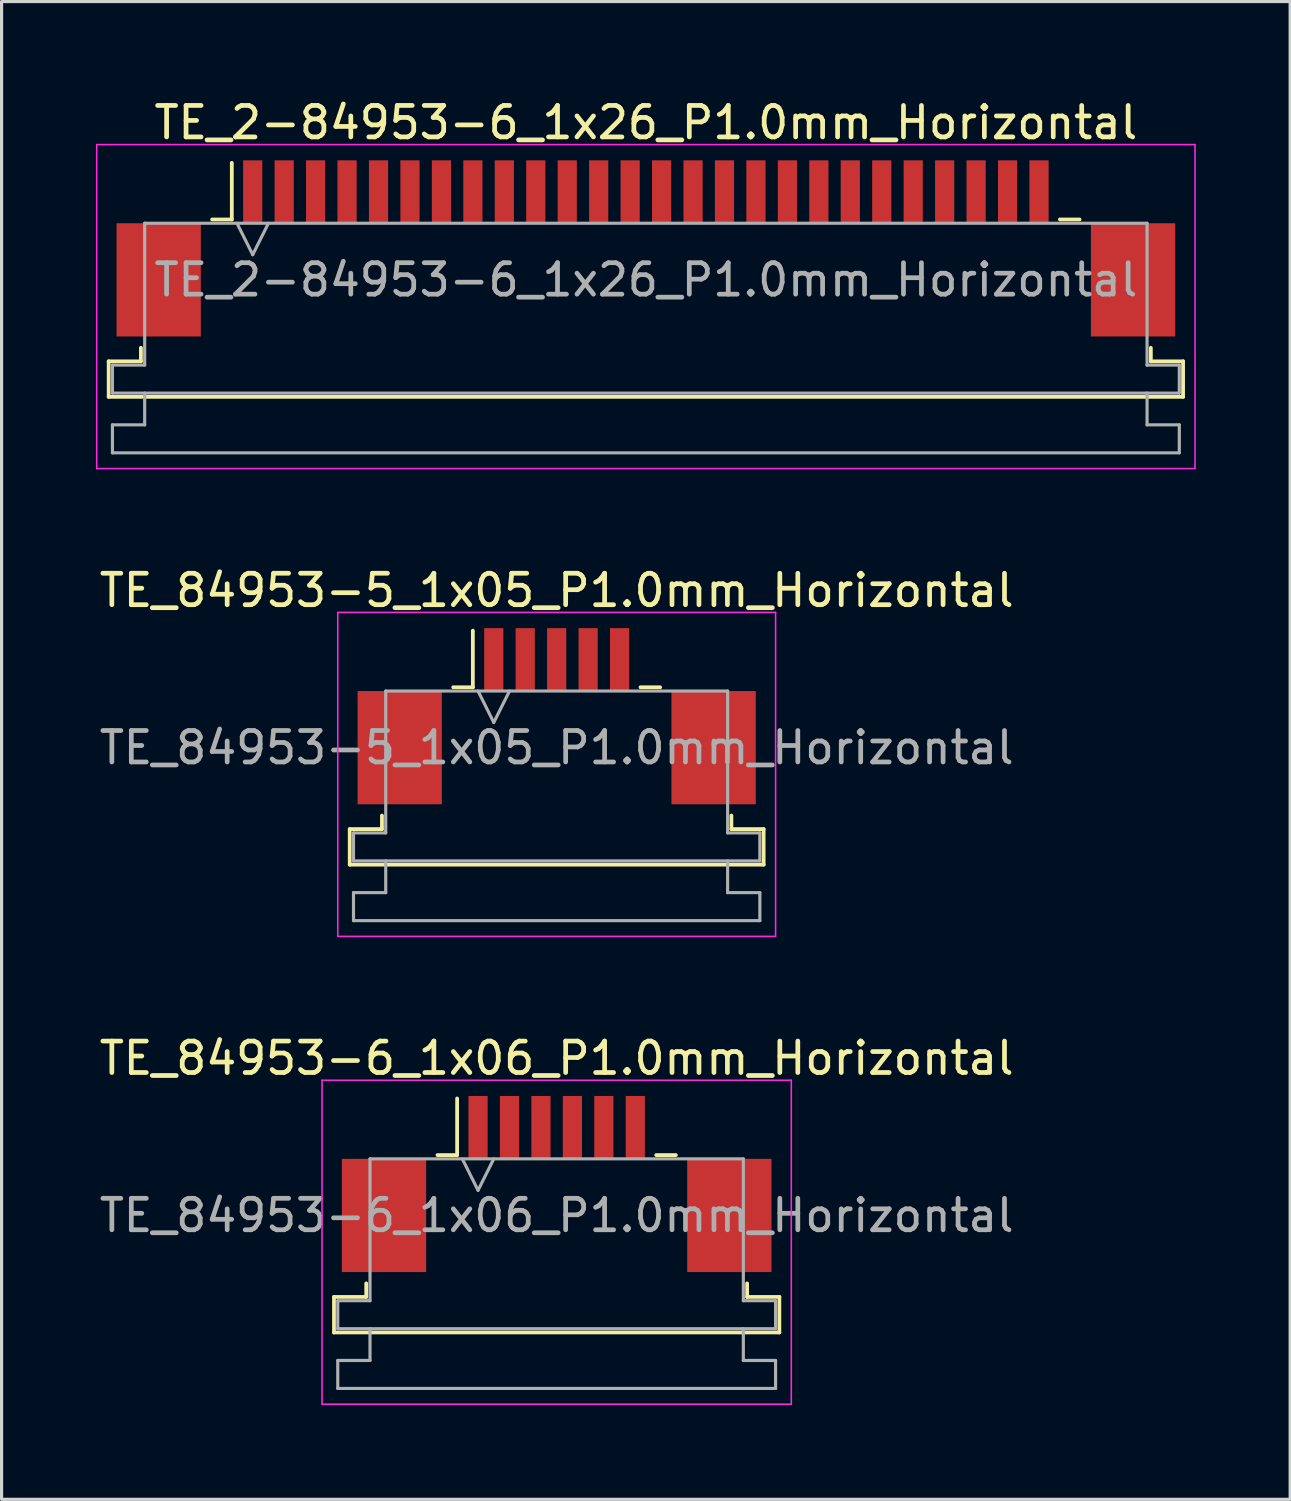
<source format=kicad_pcb>
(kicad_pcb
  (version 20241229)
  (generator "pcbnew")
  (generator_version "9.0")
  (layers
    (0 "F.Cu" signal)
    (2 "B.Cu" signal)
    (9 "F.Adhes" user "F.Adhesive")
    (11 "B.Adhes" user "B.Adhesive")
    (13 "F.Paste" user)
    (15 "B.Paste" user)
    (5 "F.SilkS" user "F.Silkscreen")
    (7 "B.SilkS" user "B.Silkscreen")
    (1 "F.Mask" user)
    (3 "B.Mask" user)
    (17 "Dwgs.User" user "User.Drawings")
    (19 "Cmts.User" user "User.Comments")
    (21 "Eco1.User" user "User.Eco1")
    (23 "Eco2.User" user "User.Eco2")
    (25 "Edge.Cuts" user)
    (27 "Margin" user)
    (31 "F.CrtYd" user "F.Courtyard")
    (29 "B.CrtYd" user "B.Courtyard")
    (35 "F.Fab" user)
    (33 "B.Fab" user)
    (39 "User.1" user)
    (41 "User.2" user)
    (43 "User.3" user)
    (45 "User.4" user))
  (footprint "TE_84953-5_1x05_P1.0mm_Horizontal"
    (layer "F.Cu")
    (at 14.649 19.721)
    (property "Reference" "TE_84953-5_1x05_P1.0mm_Horizontal" (at 0 -4 0) (layer "F.SilkS") (effects (font (size 1 1) (thickness 0.15))))
    (attr smd)
    (fp_line (start -6.58 3.59) (end -5.555 3.59) (stroke (width 0.12) (type solid)) (layer "F.SilkS"))
    (fp_line (start -6.58 4.72) (end -6.58 3.59) (stroke (width 0.12) (type solid)) (layer "F.SilkS"))
    (fp_line (start -5.555 3.59) (end -5.555 3.16) (stroke (width 0.12) (type solid)) (layer "F.SilkS"))
    (fp_line (start -3.29 -0.92) (end -2.665 -0.92) (stroke (width 0.12) (type solid)) (layer "F.SilkS"))
    (fp_line (start -2.665 -0.92) (end -2.665 -2.72) (stroke (width 0.12) (type solid)) (layer "F.SilkS"))
    (fp_line (start 2.665 -0.92) (end 3.29 -0.92) (stroke (width 0.12) (type solid)) (layer "F.SilkS"))
    (fp_line (start 5.555 3.16) (end 5.555 3.59) (stroke (width 0.12) (type solid)) (layer "F.SilkS"))
    (fp_line (start 5.555 3.59) (end 6.58 3.59) (stroke (width 0.12) (type solid)) (layer "F.SilkS"))
    (fp_line (start 6.58 3.59) (end 6.58 4.72) (stroke (width 0.12) (type solid)) (layer "F.SilkS"))
    (fp_line (start 6.58 4.72) (end -6.58 4.72) (stroke (width 0.12) (type solid)) (layer "F.SilkS"))
    (fp_line (start -6.96 -3.3) (end -6.96 7) (stroke (width 0.05) (type solid)) (layer "F.CrtYd"))
    (fp_line (start -6.96 7) (end 6.96 7) (stroke (width 0.05) (type solid)) (layer "F.CrtYd"))
    (fp_line (start 6.96 -3.3) (end -6.96 -3.3) (stroke (width 0.05) (type solid)) (layer "F.CrtYd"))
    (fp_line (start 6.96 7) (end 6.96 -3.3) (stroke (width 0.05) (type solid)) (layer "F.CrtYd"))
    (fp_line (start -6.46 3.71) (end -5.435 3.71) (stroke (width 0.1) (type solid)) (layer "F.Fab"))
    (fp_line (start -6.46 4.6) (end -6.46 3.71) (stroke (width 0.1) (type solid)) (layer "F.Fab"))
    (fp_line (start -6.46 5.61) (end -5.435 5.61) (stroke (width 0.1) (type solid)) (layer "F.Fab"))
    (fp_line (start -6.46 6.5) (end -6.46 5.61) (stroke (width 0.1) (type solid)) (layer "F.Fab"))
    (fp_line (start -5.435 -0.8) (end 5.435 -0.8) (stroke (width 0.1) (type solid)) (layer "F.Fab"))
    (fp_line (start -5.435 3.71) (end -5.435 -0.8) (stroke (width 0.1) (type solid)) (layer "F.Fab"))
    (fp_line (start -5.435 5.61) (end -5.435 4.6) (stroke (width 0.1) (type solid)) (layer "F.Fab"))
    (fp_line (start -2.5 -0.8) (end -2 0.2) (stroke (width 0.1) (type solid)) (layer "F.Fab"))
    (fp_line (start -2 0.2) (end -1.5 -0.8) (stroke (width 0.1) (type solid)) (layer "F.Fab"))
    (fp_line (start 5.435 -0.8) (end 5.435 3.71) (stroke (width 0.1) (type solid)) (layer "F.Fab"))
    (fp_line (start 5.435 3.71) (end 6.46 3.71) (stroke (width 0.1) (type solid)) (layer "F.Fab"))
    (fp_line (start 5.435 4.6) (end 5.435 5.61) (stroke (width 0.1) (type solid)) (layer "F.Fab"))
    (fp_line (start 5.435 5.61) (end 6.46 5.61) (stroke (width 0.1) (type solid)) (layer "F.Fab"))
    (fp_line (start 6.46 3.71) (end 6.46 4.6) (stroke (width 0.1) (type solid)) (layer "F.Fab"))
    (fp_line (start 6.46 4.6) (end -6.46 4.6) (stroke (width 0.1) (type solid)) (layer "F.Fab"))
    (fp_line (start 6.46 5.61) (end 6.46 6.5) (stroke (width 0.1) (type solid)) (layer "F.Fab"))
    (fp_line (start 6.46 6.5) (end -6.46 6.5) (stroke (width 0.1) (type solid)) (layer "F.Fab"))
    (fp_text user "${REFERENCE}" (at 0 1 0) (layer "F.Fab") (effects (font (size 1 1) (thickness 0.15))))
    (pad "" smd rect (at -4.99 1) (size 2.68 3.6) (layers "F.Cu" "F.Mask" "F.Paste"))
    (pad "" smd rect (at 4.99 1) (size 2.68 3.6) (layers "F.Cu" "F.Mask" "F.Paste"))
    (pad "1" smd rect (at -2 -1.8) (size 0.61 2) (layers "F.Cu" "F.Mask" "F.Paste"))
    (pad "2" smd rect (at -1 -1.8) (size 0.61 2) (layers "F.Cu" "F.Mask" "F.Paste"))
    (pad "3" smd rect (at 0 -1.8) (size 0.61 2) (layers "F.Cu" "F.Mask" "F.Paste"))
    (pad "4" smd rect (at 1 -1.8) (size 0.61 2) (layers "F.Cu" "F.Mask" "F.Paste"))
    (pad "5" smd rect (at 2 -1.8) (size 0.61 2) (layers "F.Cu" "F.Mask" "F.Paste")))
  (footprint "TE_84953-6_1x06_P1.0mm_Horizontal"
    (layer "F.Cu")
    (at 14.649 34.595)
    (property "Reference" "TE_84953-6_1x06_P1.0mm_Horizontal" (at 0 -4 0) (layer "F.SilkS") (effects (font (size 1 1) (thickness 0.15))))
    (attr smd)
    (fp_line (start -7.08 3.59) (end -6.055 3.59) (stroke (width 0.12) (type solid)) (layer "F.SilkS"))
    (fp_line (start -7.08 4.72) (end -7.08 3.59) (stroke (width 0.12) (type solid)) (layer "F.SilkS"))
    (fp_line (start -6.055 3.59) (end -6.055 3.16) (stroke (width 0.12) (type solid)) (layer "F.SilkS"))
    (fp_line (start -3.79 -0.92) (end -3.165 -0.92) (stroke (width 0.12) (type solid)) (layer "F.SilkS"))
    (fp_line (start -3.165 -0.92) (end -3.165 -2.72) (stroke (width 0.12) (type solid)) (layer "F.SilkS"))
    (fp_line (start 3.165 -0.92) (end 3.79 -0.92) (stroke (width 0.12) (type solid)) (layer "F.SilkS"))
    (fp_line (start 6.055 3.16) (end 6.055 3.59) (stroke (width 0.12) (type solid)) (layer "F.SilkS"))
    (fp_line (start 6.055 3.59) (end 7.08 3.59) (stroke (width 0.12) (type solid)) (layer "F.SilkS"))
    (fp_line (start 7.08 3.59) (end 7.08 4.72) (stroke (width 0.12) (type solid)) (layer "F.SilkS"))
    (fp_line (start 7.08 4.72) (end -7.08 4.72) (stroke (width 0.12) (type solid)) (layer "F.SilkS"))
    (fp_line (start -7.46 -3.3) (end -7.46 7) (stroke (width 0.05) (type solid)) (layer "F.CrtYd"))
    (fp_line (start -7.46 7) (end 7.46 7) (stroke (width 0.05) (type solid)) (layer "F.CrtYd"))
    (fp_line (start 7.46 -3.3) (end -7.46 -3.3) (stroke (width 0.05) (type solid)) (layer "F.CrtYd"))
    (fp_line (start 7.46 7) (end 7.46 -3.3) (stroke (width 0.05) (type solid)) (layer "F.CrtYd"))
    (fp_line (start -6.96 3.71) (end -5.935 3.71) (stroke (width 0.1) (type solid)) (layer "F.Fab"))
    (fp_line (start -6.96 4.6) (end -6.96 3.71) (stroke (width 0.1) (type solid)) (layer "F.Fab"))
    (fp_line (start -6.96 5.61) (end -5.935 5.61) (stroke (width 0.1) (type solid)) (layer "F.Fab"))
    (fp_line (start -6.96 6.5) (end -6.96 5.61) (stroke (width 0.1) (type solid)) (layer "F.Fab"))
    (fp_line (start -5.935 -0.8) (end 5.935 -0.8) (stroke (width 0.1) (type solid)) (layer "F.Fab"))
    (fp_line (start -5.935 3.71) (end -5.935 -0.8) (stroke (width 0.1) (type solid)) (layer "F.Fab"))
    (fp_line (start -5.935 5.61) (end -5.935 4.6) (stroke (width 0.1) (type solid)) (layer "F.Fab"))
    (fp_line (start -3 -0.8) (end -2.5 0.2) (stroke (width 0.1) (type solid)) (layer "F.Fab"))
    (fp_line (start -2.5 0.2) (end -2 -0.8) (stroke (width 0.1) (type solid)) (layer "F.Fab"))
    (fp_line (start 5.935 -0.8) (end 5.935 3.71) (stroke (width 0.1) (type solid)) (layer "F.Fab"))
    (fp_line (start 5.935 3.71) (end 6.96 3.71) (stroke (width 0.1) (type solid)) (layer "F.Fab"))
    (fp_line (start 5.935 4.6) (end 5.935 5.61) (stroke (width 0.1) (type solid)) (layer "F.Fab"))
    (fp_line (start 5.935 5.61) (end 6.96 5.61) (stroke (width 0.1) (type solid)) (layer "F.Fab"))
    (fp_line (start 6.96 3.71) (end 6.96 4.6) (stroke (width 0.1) (type solid)) (layer "F.Fab"))
    (fp_line (start 6.96 4.6) (end -6.96 4.6) (stroke (width 0.1) (type solid)) (layer "F.Fab"))
    (fp_line (start 6.96 5.61) (end 6.96 6.5) (stroke (width 0.1) (type solid)) (layer "F.Fab"))
    (fp_line (start 6.96 6.5) (end -6.96 6.5) (stroke (width 0.1) (type solid)) (layer "F.Fab"))
    (fp_text user "${REFERENCE}" (at 0 1 0) (layer "F.Fab") (effects (font (size 1 1) (thickness 0.15))))
    (pad "" smd rect (at -5.49 1) (size 2.68 3.6) (layers "F.Cu" "F.Mask" "F.Paste"))
    (pad "" smd rect (at 5.49 1) (size 2.68 3.6) (layers "F.Cu" "F.Mask" "F.Paste"))
    (pad "1" smd rect (at -2.5 -1.8) (size 0.61 2) (layers "F.Cu" "F.Mask" "F.Paste"))
    (pad "2" smd rect (at -1.5 -1.8) (size 0.61 2) (layers "F.Cu" "F.Mask" "F.Paste"))
    (pad "3" smd rect (at -0.5 -1.8) (size 0.61 2) (layers "F.Cu" "F.Mask" "F.Paste"))
    (pad "4" smd rect (at 0.5 -1.8) (size 0.61 2) (layers "F.Cu" "F.Mask" "F.Paste"))
    (pad "5" smd rect (at 1.5 -1.8) (size 0.61 2) (layers "F.Cu" "F.Mask" "F.Paste"))
    (pad "6" smd rect (at 2.5 -1.8) (size 0.61 2) (layers "F.Cu" "F.Mask" "F.Paste")))
  (footprint "TE_2-84953-6_1x26_P1.0mm_Horizontal"
    (layer "F.Cu")
    (at 17.485 4.848)
    (property "Reference" "TE_2-84953-6_1x26_P1.0mm_Horizontal" (at 0 -4 0) (layer "F.SilkS") (effects (font (size 1 1) (thickness 0.15))))
    (attr smd)
    (fp_line (start -17.08 3.59) (end -16.055 3.59) (stroke (width 0.12) (type solid)) (layer "F.SilkS"))
    (fp_line (start -17.08 4.72) (end -17.08 3.59) (stroke (width 0.12) (type solid)) (layer "F.SilkS"))
    (fp_line (start -16.055 3.59) (end -16.055 3.16) (stroke (width 0.12) (type solid)) (layer "F.SilkS"))
    (fp_line (start -13.79 -0.92) (end -13.165 -0.92) (stroke (width 0.12) (type solid)) (layer "F.SilkS"))
    (fp_line (start -13.165 -0.92) (end -13.165 -2.72) (stroke (width 0.12) (type solid)) (layer "F.SilkS"))
    (fp_line (start 13.165 -0.92) (end 13.79 -0.92) (stroke (width 0.12) (type solid)) (layer "F.SilkS"))
    (fp_line (start 16.055 3.16) (end 16.055 3.59) (stroke (width 0.12) (type solid)) (layer "F.SilkS"))
    (fp_line (start 16.055 3.59) (end 17.08 3.59) (stroke (width 0.12) (type solid)) (layer "F.SilkS"))
    (fp_line (start 17.08 3.59) (end 17.08 4.72) (stroke (width 0.12) (type solid)) (layer "F.SilkS"))
    (fp_line (start 17.08 4.72) (end -17.08 4.72) (stroke (width 0.12) (type solid)) (layer "F.SilkS"))
    (fp_line (start -17.46 -3.3) (end -17.46 7) (stroke (width 0.05) (type solid)) (layer "F.CrtYd"))
    (fp_line (start -17.46 7) (end 17.46 7) (stroke (width 0.05) (type solid)) (layer "F.CrtYd"))
    (fp_line (start 17.46 -3.3) (end -17.46 -3.3) (stroke (width 0.05) (type solid)) (layer "F.CrtYd"))
    (fp_line (start 17.46 7) (end 17.46 -3.3) (stroke (width 0.05) (type solid)) (layer "F.CrtYd"))
    (fp_line (start -16.96 3.71) (end -15.935 3.71) (stroke (width 0.1) (type solid)) (layer "F.Fab"))
    (fp_line (start -16.96 4.6) (end -16.96 3.71) (stroke (width 0.1) (type solid)) (layer "F.Fab"))
    (fp_line (start -16.96 5.61) (end -15.935 5.61) (stroke (width 0.1) (type solid)) (layer "F.Fab"))
    (fp_line (start -16.96 6.5) (end -16.96 5.61) (stroke (width 0.1) (type solid)) (layer "F.Fab"))
    (fp_line (start -15.935 -0.8) (end 15.935 -0.8) (stroke (width 0.1) (type solid)) (layer "F.Fab"))
    (fp_line (start -15.935 3.71) (end -15.935 -0.8) (stroke (width 0.1) (type solid)) (layer "F.Fab"))
    (fp_line (start -15.935 5.61) (end -15.935 4.6) (stroke (width 0.1) (type solid)) (layer "F.Fab"))
    (fp_line (start -13 -0.8) (end -12.5 0.2) (stroke (width 0.1) (type solid)) (layer "F.Fab"))
    (fp_line (start -12.5 0.2) (end -12 -0.8) (stroke (width 0.1) (type solid)) (layer "F.Fab"))
    (fp_line (start 15.935 -0.8) (end 15.935 3.71) (stroke (width 0.1) (type solid)) (layer "F.Fab"))
    (fp_line (start 15.935 3.71) (end 16.96 3.71) (stroke (width 0.1) (type solid)) (layer "F.Fab"))
    (fp_line (start 15.935 4.6) (end 15.935 5.61) (stroke (width 0.1) (type solid)) (layer "F.Fab"))
    (fp_line (start 15.935 5.61) (end 16.96 5.61) (stroke (width 0.1) (type solid)) (layer "F.Fab"))
    (fp_line (start 16.96 3.71) (end 16.96 4.6) (stroke (width 0.1) (type solid)) (layer "F.Fab"))
    (fp_line (start 16.96 4.6) (end -16.96 4.6) (stroke (width 0.1) (type solid)) (layer "F.Fab"))
    (fp_line (start 16.96 5.61) (end 16.96 6.5) (stroke (width 0.1) (type solid)) (layer "F.Fab"))
    (fp_line (start 16.96 6.5) (end -16.96 6.5) (stroke (width 0.1) (type solid)) (layer "F.Fab"))
    (fp_text user "${REFERENCE}" (at 0 1 0) (layer "F.Fab") (effects (font (size 1 1) (thickness 0.15))))
    (pad "" smd rect (at -15.49 1) (size 2.68 3.6) (layers "F.Cu" "F.Mask" "F.Paste"))
    (pad "" smd rect (at 15.49 1) (size 2.68 3.6) (layers "F.Cu" "F.Mask" "F.Paste"))
    (pad "1" smd rect (at -12.5 -1.8) (size 0.61 2) (layers "F.Cu" "F.Mask" "F.Paste"))
    (pad "2" smd rect (at -11.5 -1.8) (size 0.61 2) (layers "F.Cu" "F.Mask" "F.Paste"))
    (pad "3" smd rect (at -10.5 -1.8) (size 0.61 2) (layers "F.Cu" "F.Mask" "F.Paste"))
    (pad "4" smd rect (at -9.5 -1.8) (size 0.61 2) (layers "F.Cu" "F.Mask" "F.Paste"))
    (pad "5" smd rect (at -8.5 -1.8) (size 0.61 2) (layers "F.Cu" "F.Mask" "F.Paste"))
    (pad "6" smd rect (at -7.5 -1.8) (size 0.61 2) (layers "F.Cu" "F.Mask" "F.Paste"))
    (pad "7" smd rect (at -6.5 -1.8) (size 0.61 2) (layers "F.Cu" "F.Mask" "F.Paste"))
    (pad "8" smd rect (at -5.5 -1.8) (size 0.61 2) (layers "F.Cu" "F.Mask" "F.Paste"))
    (pad "9" smd rect (at -4.5 -1.8) (size 0.61 2) (layers "F.Cu" "F.Mask" "F.Paste"))
    (pad "10" smd rect (at -3.5 -1.8) (size 0.61 2) (layers "F.Cu" "F.Mask" "F.Paste"))
    (pad "11" smd rect (at -2.5 -1.8) (size 0.61 2) (layers "F.Cu" "F.Mask" "F.Paste"))
    (pad "12" smd rect (at -1.5 -1.8) (size 0.61 2) (layers "F.Cu" "F.Mask" "F.Paste"))
    (pad "13" smd rect (at -0.5 -1.8) (size 0.61 2) (layers "F.Cu" "F.Mask" "F.Paste"))
    (pad "14" smd rect (at 0.5 -1.8) (size 0.61 2) (layers "F.Cu" "F.Mask" "F.Paste"))
    (pad "15" smd rect (at 1.5 -1.8) (size 0.61 2) (layers "F.Cu" "F.Mask" "F.Paste"))
    (pad "16" smd rect (at 2.5 -1.8) (size 0.61 2) (layers "F.Cu" "F.Mask" "F.Paste"))
    (pad "17" smd rect (at 3.5 -1.8) (size 0.61 2) (layers "F.Cu" "F.Mask" "F.Paste"))
    (pad "18" smd rect (at 4.5 -1.8) (size 0.61 2) (layers "F.Cu" "F.Mask" "F.Paste"))
    (pad "19" smd rect (at 5.5 -1.8) (size 0.61 2) (layers "F.Cu" "F.Mask" "F.Paste"))
    (pad "20" smd rect (at 6.5 -1.8) (size 0.61 2) (layers "F.Cu" "F.Mask" "F.Paste"))
    (pad "21" smd rect (at 7.5 -1.8) (size 0.61 2) (layers "F.Cu" "F.Mask" "F.Paste"))
    (pad "22" smd rect (at 8.5 -1.8) (size 0.61 2) (layers "F.Cu" "F.Mask" "F.Paste"))
    (pad "23" smd rect (at 9.5 -1.8) (size 0.61 2) (layers "F.Cu" "F.Mask" "F.Paste"))
    (pad "24" smd rect (at 10.5 -1.8) (size 0.61 2) (layers "F.Cu" "F.Mask" "F.Paste"))
    (pad "25" smd rect (at 11.5 -1.8) (size 0.61 2) (layers "F.Cu" "F.Mask" "F.Paste"))
    (pad "26" smd rect (at 12.5 -1.8) (size 0.61 2) (layers "F.Cu" "F.Mask" "F.Paste")))
  (gr_rect
    (start -3 -3)
    (end 37.97 44.62)
    (stroke (width 0.1) (type default))
    (fill no)
    (layer "Edge.Cuts")))
</source>
